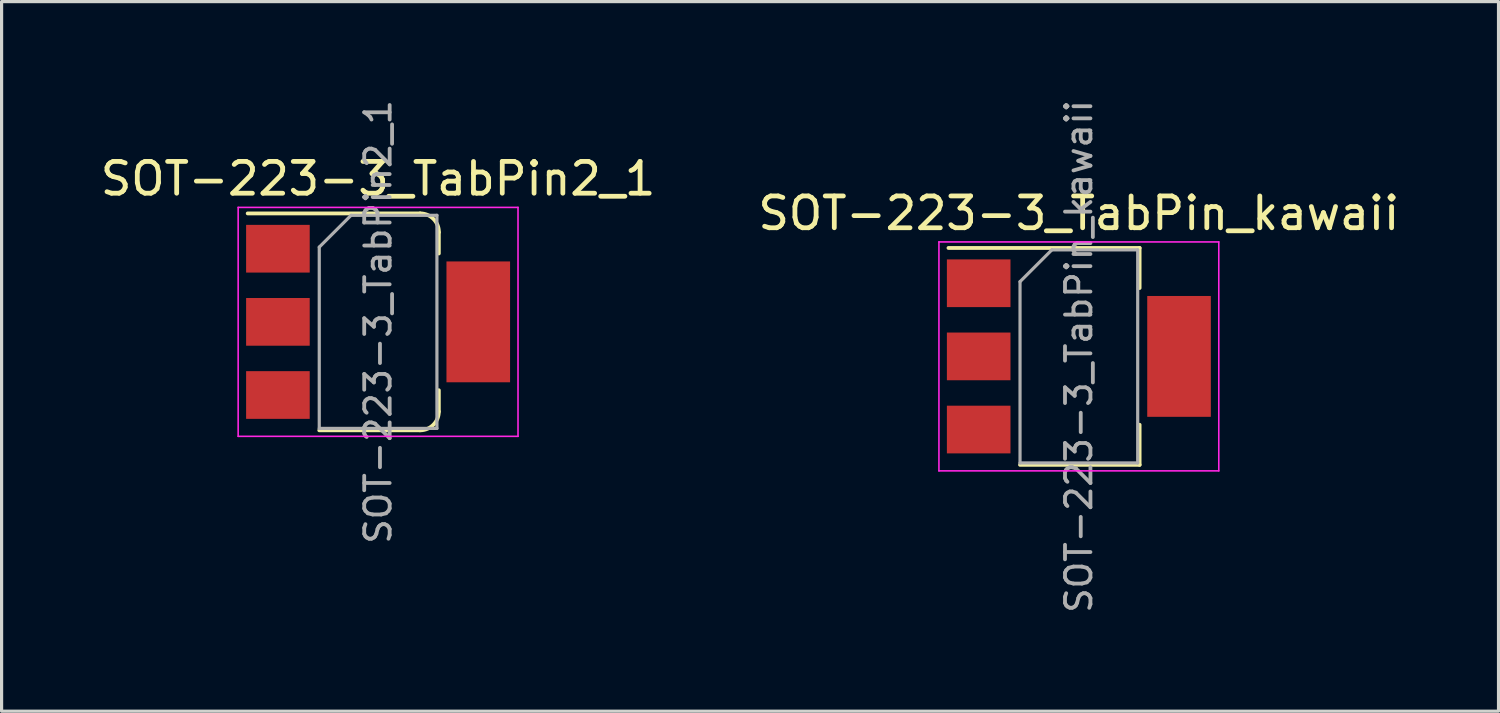
<source format=kicad_pcb>
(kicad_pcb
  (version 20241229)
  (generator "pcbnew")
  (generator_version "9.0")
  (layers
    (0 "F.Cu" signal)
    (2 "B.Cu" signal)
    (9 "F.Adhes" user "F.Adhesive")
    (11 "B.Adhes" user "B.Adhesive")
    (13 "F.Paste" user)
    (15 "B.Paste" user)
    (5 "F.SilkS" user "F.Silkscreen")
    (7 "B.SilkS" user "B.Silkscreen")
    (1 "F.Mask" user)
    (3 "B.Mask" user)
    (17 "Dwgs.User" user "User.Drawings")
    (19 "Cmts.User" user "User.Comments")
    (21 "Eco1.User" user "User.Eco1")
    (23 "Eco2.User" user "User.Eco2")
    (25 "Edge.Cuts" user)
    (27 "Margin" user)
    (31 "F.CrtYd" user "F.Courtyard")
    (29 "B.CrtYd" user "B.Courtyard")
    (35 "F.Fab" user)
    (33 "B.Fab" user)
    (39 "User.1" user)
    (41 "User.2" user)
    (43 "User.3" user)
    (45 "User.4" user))
  (footprint "SOT-223-3_TabPin_kawaii"
    (layer "F.Cu")
    (at 30.875 8.157)
    (property "Reference" "SOT-223-3_TabPin_kawaii" (at 0 -4.5 0) (layer "F.SilkS") (effects (font (size 1 1) (thickness 0.15))))
    (attr smd)
    (fp_line (start -4.1 -3.41) (end 1.91 -3.41) (stroke (width 0.12) (type solid)) (layer "F.SilkS"))
    (fp_line (start -1.85 3.41) (end 1.91 3.41) (stroke (width 0.12) (type solid)) (layer "F.SilkS"))
    (fp_line (start 1.91 -3.41) (end 1.91 -2.15) (stroke (width 0.12) (type solid)) (layer "F.SilkS"))
    (fp_line (start 1.91 3.41) (end 1.91 2.15) (stroke (width 0.12) (type solid)) (layer "F.SilkS"))
    (fp_line (start -4.4 -3.6) (end -4.4 3.6) (stroke (width 0.05) (type solid)) (layer "F.CrtYd"))
    (fp_line (start -4.4 3.6) (end 4.4 3.6) (stroke (width 0.05) (type solid)) (layer "F.CrtYd"))
    (fp_line (start 4.4 -3.6) (end -4.4 -3.6) (stroke (width 0.05) (type solid)) (layer "F.CrtYd"))
    (fp_line (start 4.4 3.6) (end 4.4 -3.6) (stroke (width 0.05) (type solid)) (layer "F.CrtYd"))
    (fp_line (start -1.85 -2.35) (end -1.85 3.35) (stroke (width 0.1) (type solid)) (layer "F.Fab"))
    (fp_line (start -1.85 -2.35) (end -0.85 -3.35) (stroke (width 0.1) (type solid)) (layer "F.Fab"))
    (fp_line (start -1.85 3.35) (end 1.85 3.35) (stroke (width 0.1) (type solid)) (layer "F.Fab"))
    (fp_line (start -0.85 -3.35) (end 1.85 -3.35) (stroke (width 0.1) (type solid)) (layer "F.Fab"))
    (fp_line (start 1.85 -3.35) (end 1.85 3.35) (stroke (width 0.1) (type solid)) (layer "F.Fab"))
    (fp_text user "${REFERENCE}" (at 0 0 90) (layer "F.Fab") (effects (font (size 0.8 0.8) (thickness 0.12))))
    (pad "1" smd rect (at -3.15 -2.3) (size 2 1.5) (layers "F.Cu" "F.Mask" "F.Paste"))
    (pad "2" smd rect (at -3.15 0) (size 2 1.5) (layers "F.Cu" "F.Mask" "F.Paste"))
    (pad "2" smd rect (at 3.15 0) (size 2 3.8) (layers "F.Cu" "F.Mask" "F.Paste"))
    (pad "3" smd rect (at -3.15 2.3) (size 2 1.5) (layers "F.Cu" "F.Mask" "F.Paste")))
  (footprint "SOT-223-3_TabPin2_1"
    (layer "F.Cu")
    (at 8.839 7.071)
    (property "Reference" "SOT-223-3_TabPin2_1" (at 0 -4.5 0) (layer "F.SilkS") (effects (font (size 1 1) (thickness 0.15))))
    (attr smd)
    (fp_line (start -4.1 -3.41) (end 1.32 -3.41) (stroke (width 0.12) (type solid)) (layer "F.SilkS"))
    (fp_line (start -1.85 3.41) (end 1.31 3.41) (stroke (width 0.12) (type solid)) (layer "F.SilkS"))
    (fp_line (start 1.91 -2.81) (end 1.91 -2.15) (stroke (width 0.12) (type solid)) (layer "F.SilkS"))
    (fp_line (start 1.91 2.82) (end 1.91 2.15) (stroke (width 0.12) (type solid)) (layer "F.SilkS"))
    (fp_arc (start 1.322807 -3.41) (mid 1.74 -3.237193) (end 1.912807 -2.82) (stroke (width 0.12) (type default)) (layer "F.SilkS"))
    (fp_arc (start 1.909993 2.820007) (mid 1.737186 3.2372) (end 1.319993 3.410007) (stroke (width 0.12) (type default)) (layer "F.SilkS"))
    (fp_line (start -4.4 -3.6) (end -4.4 3.6) (stroke (width 0.05) (type solid)) (layer "F.CrtYd"))
    (fp_line (start -4.4 3.6) (end 4.4 3.6) (stroke (width 0.05) (type solid)) (layer "F.CrtYd"))
    (fp_line (start 4.4 -3.6) (end -4.4 -3.6) (stroke (width 0.05) (type solid)) (layer "F.CrtYd"))
    (fp_line (start 4.4 3.6) (end 4.4 -3.6) (stroke (width 0.05) (type solid)) (layer "F.CrtYd"))
    (fp_line (start -1.85 -2.35) (end -1.85 3.35) (stroke (width 0.1) (type solid)) (layer "F.Fab"))
    (fp_line (start -1.85 -2.35) (end -0.85 -3.35) (stroke (width 0.1) (type solid)) (layer "F.Fab"))
    (fp_line (start -1.85 3.35) (end 1.85 3.35) (stroke (width 0.1) (type solid)) (layer "F.Fab"))
    (fp_line (start -0.85 -3.35) (end 1.85 -3.35) (stroke (width 0.1) (type solid)) (layer "F.Fab"))
    (fp_line (start 1.85 -3.35) (end 1.85 3.35) (stroke (width 0.1) (type solid)) (layer "F.Fab"))
    (fp_text user "${REFERENCE}" (at 0 0 90) (layer "F.Fab") (effects (font (size 0.8 0.8) (thickness 0.12))))
    (pad "1" smd rect (at -3.15 -2.3) (size 2 1.5) (layers "F.Cu" "F.Mask" "F.Paste"))
    (pad "2" smd rect (at -3.15 0) (size 2 1.5) (layers "F.Cu" "F.Mask" "F.Paste"))
    (pad "2" smd rect (at 3.15 0) (size 2 3.8) (layers "F.Cu" "F.Mask" "F.Paste"))
    (pad "3" smd rect (at -3.15 2.3) (size 2 1.5) (layers "F.Cu" "F.Mask" "F.Paste")))
  (gr_rect
    (start -3 -3)
    (end 44.071 19.314)
    (stroke (width 0.1) (type default))
    (fill no)
    (layer "Edge.Cuts")))
</source>
